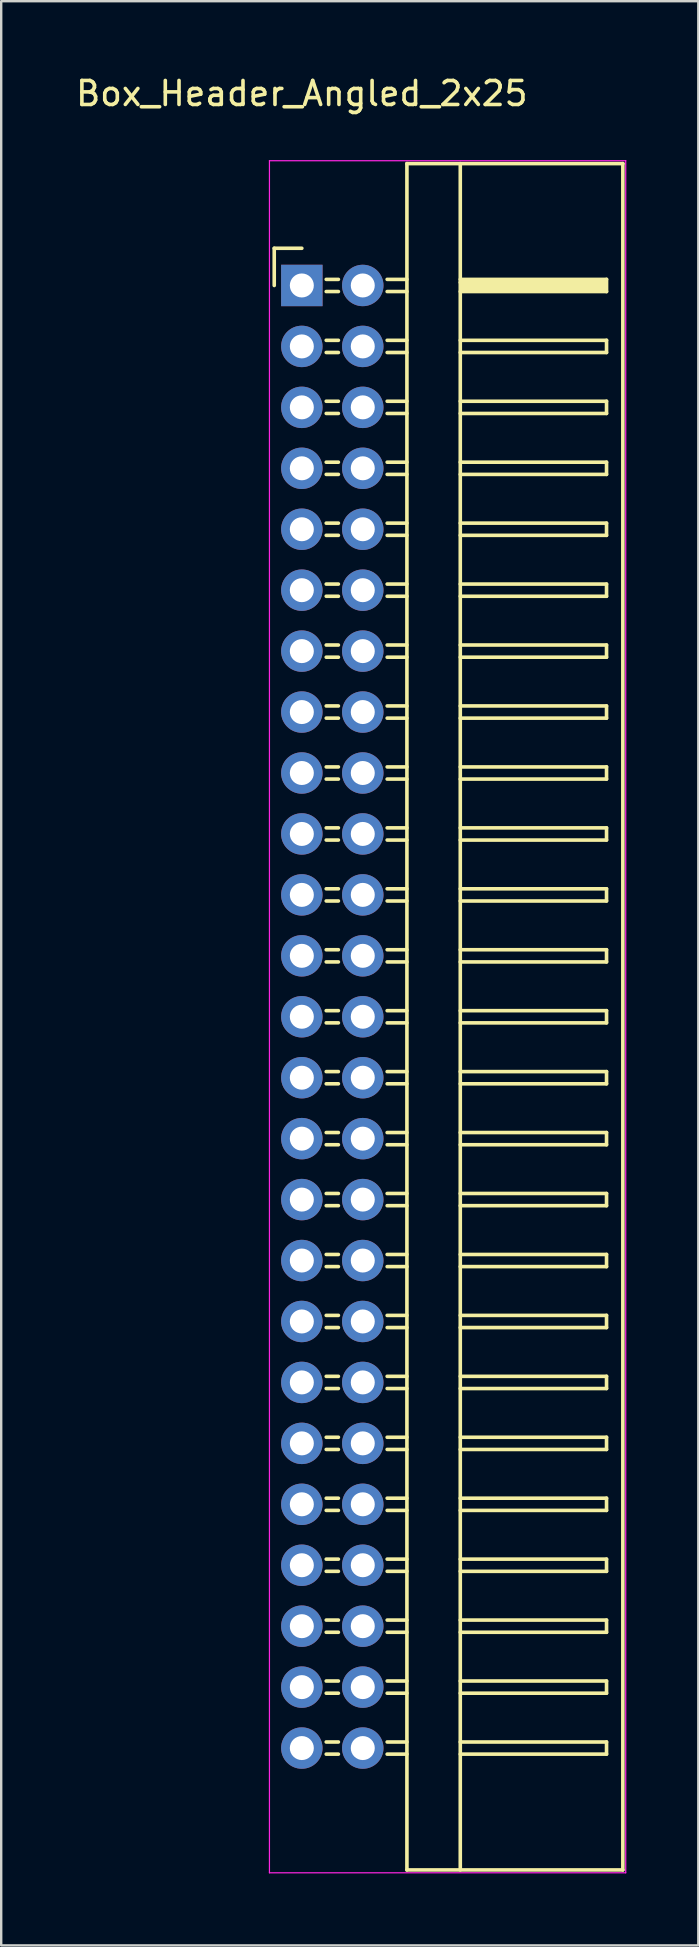
<source format=kicad_pcb>
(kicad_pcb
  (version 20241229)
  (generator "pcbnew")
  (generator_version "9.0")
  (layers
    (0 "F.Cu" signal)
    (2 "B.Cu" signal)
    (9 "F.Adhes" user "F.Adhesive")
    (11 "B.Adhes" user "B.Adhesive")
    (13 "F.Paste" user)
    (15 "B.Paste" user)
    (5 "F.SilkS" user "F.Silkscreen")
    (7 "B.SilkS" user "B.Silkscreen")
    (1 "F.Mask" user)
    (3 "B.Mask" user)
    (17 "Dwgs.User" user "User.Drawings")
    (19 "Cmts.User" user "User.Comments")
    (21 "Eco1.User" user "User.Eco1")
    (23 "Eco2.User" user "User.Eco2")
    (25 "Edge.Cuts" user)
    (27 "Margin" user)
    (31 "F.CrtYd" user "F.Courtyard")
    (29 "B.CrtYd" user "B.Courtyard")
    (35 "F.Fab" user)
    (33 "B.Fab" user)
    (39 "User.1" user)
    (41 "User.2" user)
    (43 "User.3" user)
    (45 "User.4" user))
  (footprint "Box_Header_Angled_2x25"
    (layer "F.Cu")
    (at 9.53 8.848)
    (property "Reference" "Box_Header_Angled_2x25" (at 0 -8 0) (layer "F.SilkS") (effects (font (size 1 1) (thickness 0.15))))
    (attr through_hole)
    (fp_line (start -1.15 -1.55) (end -1.15 0) (stroke (width 0.15) (type solid)) (layer "F.SilkS"))
    (fp_line (start 0 -1.55) (end -1.15 -1.55) (stroke (width 0.15) (type solid)) (layer "F.SilkS"))
    (fp_line (start 1.524 -0.254) (end 1.016 -0.254) (stroke (width 0.15) (type solid)) (layer "F.SilkS"))
    (fp_line (start 1.524 0.254) (end 1.016 0.254) (stroke (width 0.15) (type solid)) (layer "F.SilkS"))
    (fp_line (start 1.524 2.286) (end 1.016 2.286) (stroke (width 0.15) (type solid)) (layer "F.SilkS"))
    (fp_line (start 1.524 2.794) (end 1.016 2.794) (stroke (width 0.15) (type solid)) (layer "F.SilkS"))
    (fp_line (start 1.524 4.826) (end 1.016 4.826) (stroke (width 0.15) (type solid)) (layer "F.SilkS"))
    (fp_line (start 1.524 5.334) (end 1.016 5.334) (stroke (width 0.15) (type solid)) (layer "F.SilkS"))
    (fp_line (start 1.524 7.366) (end 1.016 7.366) (stroke (width 0.15) (type solid)) (layer "F.SilkS"))
    (fp_line (start 1.524 7.874) (end 1.016 7.874) (stroke (width 0.15) (type solid)) (layer "F.SilkS"))
    (fp_line (start 1.524 9.906) (end 1.016 9.906) (stroke (width 0.15) (type solid)) (layer "F.SilkS"))
    (fp_line (start 1.524 10.414) (end 1.016 10.414) (stroke (width 0.15) (type solid)) (layer "F.SilkS"))
    (fp_line (start 1.524 12.446) (end 1.016 12.446) (stroke (width 0.15) (type solid)) (layer "F.SilkS"))
    (fp_line (start 1.524 12.954) (end 1.016 12.954) (stroke (width 0.15) (type solid)) (layer "F.SilkS"))
    (fp_line (start 1.524 14.986) (end 1.016 14.986) (stroke (width 0.15) (type solid)) (layer "F.SilkS"))
    (fp_line (start 1.524 15.494) (end 1.016 15.494) (stroke (width 0.15) (type solid)) (layer "F.SilkS"))
    (fp_line (start 1.524 17.526) (end 1.016 17.526) (stroke (width 0.15) (type solid)) (layer "F.SilkS"))
    (fp_line (start 1.524 18.034) (end 1.016 18.034) (stroke (width 0.15) (type solid)) (layer "F.SilkS"))
    (fp_line (start 1.524 20.066) (end 1.016 20.066) (stroke (width 0.15) (type solid)) (layer "F.SilkS"))
    (fp_line (start 1.524 20.574) (end 1.016 20.574) (stroke (width 0.15) (type solid)) (layer "F.SilkS"))
    (fp_line (start 1.524 22.606) (end 1.016 22.606) (stroke (width 0.15) (type solid)) (layer "F.SilkS"))
    (fp_line (start 1.524 23.114) (end 1.016 23.114) (stroke (width 0.15) (type solid)) (layer "F.SilkS"))
    (fp_line (start 1.524 25.146) (end 1.016 25.146) (stroke (width 0.15) (type solid)) (layer "F.SilkS"))
    (fp_line (start 1.524 25.654) (end 1.016 25.654) (stroke (width 0.15) (type solid)) (layer "F.SilkS"))
    (fp_line (start 1.524 27.686) (end 1.016 27.686) (stroke (width 0.15) (type solid)) (layer "F.SilkS"))
    (fp_line (start 1.524 28.194) (end 1.016 28.194) (stroke (width 0.15) (type solid)) (layer "F.SilkS"))
    (fp_line (start 1.524 30.226) (end 1.016 30.226) (stroke (width 0.15) (type solid)) (layer "F.SilkS"))
    (fp_line (start 1.524 30.734) (end 1.016 30.734) (stroke (width 0.15) (type solid)) (layer "F.SilkS"))
    (fp_line (start 1.524 32.766) (end 1.016 32.766) (stroke (width 0.15) (type solid)) (layer "F.SilkS"))
    (fp_line (start 1.524 33.274) (end 1.016 33.274) (stroke (width 0.15) (type solid)) (layer "F.SilkS"))
    (fp_line (start 1.524 35.306) (end 1.016 35.306) (stroke (width 0.15) (type solid)) (layer "F.SilkS"))
    (fp_line (start 1.524 35.814) (end 1.016 35.814) (stroke (width 0.15) (type solid)) (layer "F.SilkS"))
    (fp_line (start 1.524 37.846) (end 1.016 37.846) (stroke (width 0.15) (type solid)) (layer "F.SilkS"))
    (fp_line (start 1.524 38.354) (end 1.016 38.354) (stroke (width 0.15) (type solid)) (layer "F.SilkS"))
    (fp_line (start 1.524 40.386) (end 1.016 40.386) (stroke (width 0.15) (type solid)) (layer "F.SilkS"))
    (fp_line (start 1.524 40.894) (end 1.016 40.894) (stroke (width 0.15) (type solid)) (layer "F.SilkS"))
    (fp_line (start 1.524 42.926) (end 1.016 42.926) (stroke (width 0.15) (type solid)) (layer "F.SilkS"))
    (fp_line (start 1.524 43.434) (end 1.016 43.434) (stroke (width 0.15) (type solid)) (layer "F.SilkS"))
    (fp_line (start 1.524 45.466) (end 1.016 45.466) (stroke (width 0.15) (type solid)) (layer "F.SilkS"))
    (fp_line (start 1.524 45.974) (end 1.016 45.974) (stroke (width 0.15) (type solid)) (layer "F.SilkS"))
    (fp_line (start 1.524 48.006) (end 1.016 48.006) (stroke (width 0.15) (type solid)) (layer "F.SilkS"))
    (fp_line (start 1.524 48.514) (end 1.016 48.514) (stroke (width 0.15) (type solid)) (layer "F.SilkS"))
    (fp_line (start 1.524 50.546) (end 1.016 50.546) (stroke (width 0.15) (type solid)) (layer "F.SilkS"))
    (fp_line (start 1.524 51.054) (end 1.016 51.054) (stroke (width 0.15) (type solid)) (layer "F.SilkS"))
    (fp_line (start 1.524 53.086) (end 1.016 53.086) (stroke (width 0.15) (type solid)) (layer "F.SilkS"))
    (fp_line (start 1.524 53.594) (end 1.016 53.594) (stroke (width 0.15) (type solid)) (layer "F.SilkS"))
    (fp_line (start 1.524 55.626) (end 1.016 55.626) (stroke (width 0.15) (type solid)) (layer "F.SilkS"))
    (fp_line (start 1.524 56.134) (end 1.016 56.134) (stroke (width 0.15) (type solid)) (layer "F.SilkS"))
    (fp_line (start 1.524 58.166) (end 1.016 58.166) (stroke (width 0.15) (type solid)) (layer "F.SilkS"))
    (fp_line (start 1.524 58.674) (end 1.016 58.674) (stroke (width 0.15) (type solid)) (layer "F.SilkS"))
    (fp_line (start 1.524 60.706) (end 1.016 60.706) (stroke (width 0.15) (type solid)) (layer "F.SilkS"))
    (fp_line (start 1.524 61.214) (end 1.016 61.214) (stroke (width 0.15) (type solid)) (layer "F.SilkS"))
    (fp_line (start 4.38 -5.08) (end 4.38 66.04) (stroke (width 0.15) (type solid)) (layer "F.SilkS"))
    (fp_line (start 4.38 -5.08) (end 13.38 -5.08) (stroke (width 0.15) (type solid)) (layer "F.SilkS"))
    (fp_line (start 4.38 -0.254) (end 3.556 -0.254) (stroke (width 0.15) (type solid)) (layer "F.SilkS"))
    (fp_line (start 4.38 0.254) (end 3.556 0.254) (stroke (width 0.15) (type solid)) (layer "F.SilkS"))
    (fp_line (start 4.38 2.286) (end 3.556 2.286) (stroke (width 0.15) (type solid)) (layer "F.SilkS"))
    (fp_line (start 4.38 2.794) (end 3.556 2.794) (stroke (width 0.15) (type solid)) (layer "F.SilkS"))
    (fp_line (start 4.38 4.826) (end 3.556 4.826) (stroke (width 0.15) (type solid)) (layer "F.SilkS"))
    (fp_line (start 4.38 5.334) (end 3.556 5.334) (stroke (width 0.15) (type solid)) (layer "F.SilkS"))
    (fp_line (start 4.38 7.366) (end 3.556 7.366) (stroke (width 0.15) (type solid)) (layer "F.SilkS"))
    (fp_line (start 4.38 7.874) (end 3.556 7.874) (stroke (width 0.15) (type solid)) (layer "F.SilkS"))
    (fp_line (start 4.38 9.906) (end 3.556 9.906) (stroke (width 0.15) (type solid)) (layer "F.SilkS"))
    (fp_line (start 4.38 10.414) (end 3.556 10.414) (stroke (width 0.15) (type solid)) (layer "F.SilkS"))
    (fp_line (start 4.38 12.446) (end 3.556 12.446) (stroke (width 0.15) (type solid)) (layer "F.SilkS"))
    (fp_line (start 4.38 12.954) (end 3.556 12.954) (stroke (width 0.15) (type solid)) (layer "F.SilkS"))
    (fp_line (start 4.38 14.986) (end 3.556 14.986) (stroke (width 0.15) (type solid)) (layer "F.SilkS"))
    (fp_line (start 4.38 15.494) (end 3.556 15.494) (stroke (width 0.15) (type solid)) (layer "F.SilkS"))
    (fp_line (start 4.38 17.526) (end 3.556 17.526) (stroke (width 0.15) (type solid)) (layer "F.SilkS"))
    (fp_line (start 4.38 18.034) (end 3.556 18.034) (stroke (width 0.15) (type solid)) (layer "F.SilkS"))
    (fp_line (start 4.38 20.066) (end 3.556 20.066) (stroke (width 0.15) (type solid)) (layer "F.SilkS"))
    (fp_line (start 4.38 20.574) (end 3.556 20.574) (stroke (width 0.15) (type solid)) (layer "F.SilkS"))
    (fp_line (start 4.38 22.606) (end 3.556 22.606) (stroke (width 0.15) (type solid)) (layer "F.SilkS"))
    (fp_line (start 4.38 23.114) (end 3.556 23.114) (stroke (width 0.15) (type solid)) (layer "F.SilkS"))
    (fp_line (start 4.38 25.146) (end 3.556 25.146) (stroke (width 0.15) (type solid)) (layer "F.SilkS"))
    (fp_line (start 4.38 25.654) (end 3.556 25.654) (stroke (width 0.15) (type solid)) (layer "F.SilkS"))
    (fp_line (start 4.38 27.686) (end 3.556 27.686) (stroke (width 0.15) (type solid)) (layer "F.SilkS"))
    (fp_line (start 4.38 28.194) (end 3.556 28.194) (stroke (width 0.15) (type solid)) (layer "F.SilkS"))
    (fp_line (start 4.38 30.226) (end 3.556 30.226) (stroke (width 0.15) (type solid)) (layer "F.SilkS"))
    (fp_line (start 4.38 30.734) (end 3.556 30.734) (stroke (width 0.15) (type solid)) (layer "F.SilkS"))
    (fp_line (start 4.38 32.766) (end 3.556 32.766) (stroke (width 0.15) (type solid)) (layer "F.SilkS"))
    (fp_line (start 4.38 33.274) (end 3.556 33.274) (stroke (width 0.15) (type solid)) (layer "F.SilkS"))
    (fp_line (start 4.38 35.306) (end 3.556 35.306) (stroke (width 0.15) (type solid)) (layer "F.SilkS"))
    (fp_line (start 4.38 35.814) (end 3.556 35.814) (stroke (width 0.15) (type solid)) (layer "F.SilkS"))
    (fp_line (start 4.38 37.846) (end 3.556 37.846) (stroke (width 0.15) (type solid)) (layer "F.SilkS"))
    (fp_line (start 4.38 38.354) (end 3.556 38.354) (stroke (width 0.15) (type solid)) (layer "F.SilkS"))
    (fp_line (start 4.38 40.386) (end 3.556 40.386) (stroke (width 0.15) (type solid)) (layer "F.SilkS"))
    (fp_line (start 4.38 40.894) (end 3.556 40.894) (stroke (width 0.15) (type solid)) (layer "F.SilkS"))
    (fp_line (start 4.38 42.926) (end 3.556 42.926) (stroke (width 0.15) (type solid)) (layer "F.SilkS"))
    (fp_line (start 4.38 43.434) (end 3.556 43.434) (stroke (width 0.15) (type solid)) (layer "F.SilkS"))
    (fp_line (start 4.38 45.466) (end 3.556 45.466) (stroke (width 0.15) (type solid)) (layer "F.SilkS"))
    (fp_line (start 4.38 45.974) (end 3.556 45.974) (stroke (width 0.15) (type solid)) (layer "F.SilkS"))
    (fp_line (start 4.38 48.006) (end 3.556 48.006) (stroke (width 0.15) (type solid)) (layer "F.SilkS"))
    (fp_line (start 4.38 48.514) (end 3.556 48.514) (stroke (width 0.15) (type solid)) (layer "F.SilkS"))
    (fp_line (start 4.38 50.546) (end 3.556 50.546) (stroke (width 0.15) (type solid)) (layer "F.SilkS"))
    (fp_line (start 4.38 51.054) (end 3.556 51.054) (stroke (width 0.15) (type solid)) (layer "F.SilkS"))
    (fp_line (start 4.38 53.086) (end 3.556 53.086) (stroke (width 0.15) (type solid)) (layer "F.SilkS"))
    (fp_line (start 4.38 53.594) (end 3.556 53.594) (stroke (width 0.15) (type solid)) (layer "F.SilkS"))
    (fp_line (start 4.38 55.626) (end 3.556 55.626) (stroke (width 0.15) (type solid)) (layer "F.SilkS"))
    (fp_line (start 4.38 56.134) (end 3.556 56.134) (stroke (width 0.15) (type solid)) (layer "F.SilkS"))
    (fp_line (start 4.38 58.166) (end 3.556 58.166) (stroke (width 0.15) (type solid)) (layer "F.SilkS"))
    (fp_line (start 4.38 58.674) (end 3.556 58.674) (stroke (width 0.15) (type solid)) (layer "F.SilkS"))
    (fp_line (start 4.38 60.706) (end 3.556 60.706) (stroke (width 0.15) (type solid)) (layer "F.SilkS"))
    (fp_line (start 4.38 61.214) (end 3.556 61.214) (stroke (width 0.15) (type solid)) (layer "F.SilkS"))
    (fp_line (start 4.38 66.04) (end 13.38 66.04) (stroke (width 0.15) (type solid)) (layer "F.SilkS"))
    (fp_line (start 6.604 -5.08) (end 6.604 66.04) (stroke (width 0.15) (type solid)) (layer "F.SilkS"))
    (fp_line (start 6.604 -0.254) (end 12.7 -0.254) (stroke (width 0.15) (type solid)) (layer "F.SilkS"))
    (fp_line (start 6.604 -0.127) (end 12.573 -0.127) (stroke (width 0.15) (type solid)) (layer "F.SilkS"))
    (fp_line (start 6.604 2.286) (end 12.7 2.286) (stroke (width 0.15) (type solid)) (layer "F.SilkS"))
    (fp_line (start 6.604 4.826) (end 12.7 4.826) (stroke (width 0.15) (type solid)) (layer "F.SilkS"))
    (fp_line (start 6.604 7.366) (end 12.7 7.366) (stroke (width 0.15) (type solid)) (layer "F.SilkS"))
    (fp_line (start 6.604 9.906) (end 12.7 9.906) (stroke (width 0.15) (type solid)) (layer "F.SilkS"))
    (fp_line (start 6.604 12.446) (end 12.7 12.446) (stroke (width 0.15) (type solid)) (layer "F.SilkS"))
    (fp_line (start 6.604 14.986) (end 12.7 14.986) (stroke (width 0.15) (type solid)) (layer "F.SilkS"))
    (fp_line (start 6.604 17.526) (end 12.7 17.526) (stroke (width 0.15) (type solid)) (layer "F.SilkS"))
    (fp_line (start 6.604 20.066) (end 12.7 20.066) (stroke (width 0.15) (type solid)) (layer "F.SilkS"))
    (fp_line (start 6.604 22.606) (end 12.7 22.606) (stroke (width 0.15) (type solid)) (layer "F.SilkS"))
    (fp_line (start 6.604 25.146) (end 12.7 25.146) (stroke (width 0.15) (type solid)) (layer "F.SilkS"))
    (fp_line (start 6.604 27.686) (end 12.7 27.686) (stroke (width 0.15) (type solid)) (layer "F.SilkS"))
    (fp_line (start 6.604 30.226) (end 12.7 30.226) (stroke (width 0.15) (type solid)) (layer "F.SilkS"))
    (fp_line (start 6.604 32.766) (end 12.7 32.766) (stroke (width 0.15) (type solid)) (layer "F.SilkS"))
    (fp_line (start 6.604 35.306) (end 12.7 35.306) (stroke (width 0.15) (type solid)) (layer "F.SilkS"))
    (fp_line (start 6.604 37.846) (end 12.7 37.846) (stroke (width 0.15) (type solid)) (layer "F.SilkS"))
    (fp_line (start 6.604 40.386) (end 12.7 40.386) (stroke (width 0.15) (type solid)) (layer "F.SilkS"))
    (fp_line (start 6.604 42.926) (end 12.7 42.926) (stroke (width 0.15) (type solid)) (layer "F.SilkS"))
    (fp_line (start 6.604 45.466) (end 12.7 45.466) (stroke (width 0.15) (type solid)) (layer "F.SilkS"))
    (fp_line (start 6.604 48.006) (end 12.7 48.006) (stroke (width 0.15) (type solid)) (layer "F.SilkS"))
    (fp_line (start 6.604 50.546) (end 12.7 50.546) (stroke (width 0.15) (type solid)) (layer "F.SilkS"))
    (fp_line (start 6.604 53.086) (end 12.7 53.086) (stroke (width 0.15) (type solid)) (layer "F.SilkS"))
    (fp_line (start 6.604 55.626) (end 12.7 55.626) (stroke (width 0.15) (type solid)) (layer "F.SilkS"))
    (fp_line (start 6.604 58.166) (end 12.7 58.166) (stroke (width 0.15) (type solid)) (layer "F.SilkS"))
    (fp_line (start 6.604 60.706) (end 12.7 60.706) (stroke (width 0.15) (type solid)) (layer "F.SilkS"))
    (fp_line (start 6.731 0) (end 12.573 0) (stroke (width 0.15) (type solid)) (layer "F.SilkS"))
    (fp_line (start 6.731 0.127) (end 6.731 0) (stroke (width 0.15) (type solid)) (layer "F.SilkS"))
    (fp_line (start 12.573 -0.127) (end 12.573 0.127) (stroke (width 0.15) (type solid)) (layer "F.SilkS"))
    (fp_line (start 12.573 0.127) (end 6.731 0.127) (stroke (width 0.15) (type solid)) (layer "F.SilkS"))
    (fp_line (start 12.7 -0.254) (end 12.7 0.254) (stroke (width 0.15) (type solid)) (layer "F.SilkS"))
    (fp_line (start 12.7 0.254) (end 6.604 0.254) (stroke (width 0.15) (type solid)) (layer "F.SilkS"))
    (fp_line (start 12.7 2.286) (end 12.7 2.794) (stroke (width 0.15) (type solid)) (layer "F.SilkS"))
    (fp_line (start 12.7 2.794) (end 6.604 2.794) (stroke (width 0.15) (type solid)) (layer "F.SilkS"))
    (fp_line (start 12.7 4.826) (end 12.7 5.334) (stroke (width 0.15) (type solid)) (layer "F.SilkS"))
    (fp_line (start 12.7 5.334) (end 6.604 5.334) (stroke (width 0.15) (type solid)) (layer "F.SilkS"))
    (fp_line (start 12.7 7.366) (end 12.7 7.874) (stroke (width 0.15) (type solid)) (layer "F.SilkS"))
    (fp_line (start 12.7 7.874) (end 6.604 7.874) (stroke (width 0.15) (type solid)) (layer "F.SilkS"))
    (fp_line (start 12.7 9.906) (end 12.7 10.414) (stroke (width 0.15) (type solid)) (layer "F.SilkS"))
    (fp_line (start 12.7 10.414) (end 6.604 10.414) (stroke (width 0.15) (type solid)) (layer "F.SilkS"))
    (fp_line (start 12.7 12.446) (end 12.7 12.954) (stroke (width 0.15) (type solid)) (layer "F.SilkS"))
    (fp_line (start 12.7 12.954) (end 6.604 12.954) (stroke (width 0.15) (type solid)) (layer "F.SilkS"))
    (fp_line (start 12.7 14.986) (end 12.7 15.494) (stroke (width 0.15) (type solid)) (layer "F.SilkS"))
    (fp_line (start 12.7 15.494) (end 6.604 15.494) (stroke (width 0.15) (type solid)) (layer "F.SilkS"))
    (fp_line (start 12.7 17.526) (end 12.7 18.034) (stroke (width 0.15) (type solid)) (layer "F.SilkS"))
    (fp_line (start 12.7 18.034) (end 6.604 18.034) (stroke (width 0.15) (type solid)) (layer "F.SilkS"))
    (fp_line (start 12.7 20.066) (end 12.7 20.574) (stroke (width 0.15) (type solid)) (layer "F.SilkS"))
    (fp_line (start 12.7 20.574) (end 6.604 20.574) (stroke (width 0.15) (type solid)) (layer "F.SilkS"))
    (fp_line (start 12.7 22.606) (end 12.7 23.114) (stroke (width 0.15) (type solid)) (layer "F.SilkS"))
    (fp_line (start 12.7 23.114) (end 6.604 23.114) (stroke (width 0.15) (type solid)) (layer "F.SilkS"))
    (fp_line (start 12.7 25.146) (end 12.7 25.654) (stroke (width 0.15) (type solid)) (layer "F.SilkS"))
    (fp_line (start 12.7 25.654) (end 6.604 25.654) (stroke (width 0.15) (type solid)) (layer "F.SilkS"))
    (fp_line (start 12.7 27.686) (end 12.7 28.194) (stroke (width 0.15) (type solid)) (layer "F.SilkS"))
    (fp_line (start 12.7 28.194) (end 6.604 28.194) (stroke (width 0.15) (type solid)) (layer "F.SilkS"))
    (fp_line (start 12.7 30.226) (end 12.7 30.734) (stroke (width 0.15) (type solid)) (layer "F.SilkS"))
    (fp_line (start 12.7 30.734) (end 6.604 30.734) (stroke (width 0.15) (type solid)) (layer "F.SilkS"))
    (fp_line (start 12.7 32.766) (end 12.7 33.274) (stroke (width 0.15) (type solid)) (layer "F.SilkS"))
    (fp_line (start 12.7 33.274) (end 6.604 33.274) (stroke (width 0.15) (type solid)) (layer "F.SilkS"))
    (fp_line (start 12.7 35.306) (end 12.7 35.814) (stroke (width 0.15) (type solid)) (layer "F.SilkS"))
    (fp_line (start 12.7 35.814) (end 6.604 35.814) (stroke (width 0.15) (type solid)) (layer "F.SilkS"))
    (fp_line (start 12.7 37.846) (end 12.7 38.354) (stroke (width 0.15) (type solid)) (layer "F.SilkS"))
    (fp_line (start 12.7 38.354) (end 6.604 38.354) (stroke (width 0.15) (type solid)) (layer "F.SilkS"))
    (fp_line (start 12.7 40.386) (end 12.7 40.894) (stroke (width 0.15) (type solid)) (layer "F.SilkS"))
    (fp_line (start 12.7 40.894) (end 6.604 40.894) (stroke (width 0.15) (type solid)) (layer "F.SilkS"))
    (fp_line (start 12.7 42.926) (end 12.7 43.434) (stroke (width 0.15) (type solid)) (layer "F.SilkS"))
    (fp_line (start 12.7 43.434) (end 6.604 43.434) (stroke (width 0.15) (type solid)) (layer "F.SilkS"))
    (fp_line (start 12.7 45.466) (end 12.7 45.974) (stroke (width 0.15) (type solid)) (layer "F.SilkS"))
    (fp_line (start 12.7 45.974) (end 6.604 45.974) (stroke (width 0.15) (type solid)) (layer "F.SilkS"))
    (fp_line (start 12.7 48.006) (end 12.7 48.514) (stroke (width 0.15) (type solid)) (layer "F.SilkS"))
    (fp_line (start 12.7 48.514) (end 6.604 48.514) (stroke (width 0.15) (type solid)) (layer "F.SilkS"))
    (fp_line (start 12.7 50.546) (end 12.7 51.054) (stroke (width 0.15) (type solid)) (layer "F.SilkS"))
    (fp_line (start 12.7 51.054) (end 6.604 51.054) (stroke (width 0.15) (type solid)) (layer "F.SilkS"))
    (fp_line (start 12.7 53.086) (end 12.7 53.594) (stroke (width 0.15) (type solid)) (layer "F.SilkS"))
    (fp_line (start 12.7 53.594) (end 6.604 53.594) (stroke (width 0.15) (type solid)) (layer "F.SilkS"))
    (fp_line (start 12.7 55.626) (end 12.7 56.134) (stroke (width 0.15) (type solid)) (layer "F.SilkS"))
    (fp_line (start 12.7 56.134) (end 6.604 56.134) (stroke (width 0.15) (type solid)) (layer "F.SilkS"))
    (fp_line (start 12.7 58.166) (end 12.7 58.674) (stroke (width 0.15) (type solid)) (layer "F.SilkS"))
    (fp_line (start 12.7 58.674) (end 6.604 58.674) (stroke (width 0.15) (type solid)) (layer "F.SilkS"))
    (fp_line (start 12.7 60.706) (end 12.7 61.214) (stroke (width 0.15) (type solid)) (layer "F.SilkS"))
    (fp_line (start 12.7 61.214) (end 6.604 61.214) (stroke (width 0.15) (type solid)) (layer "F.SilkS"))
    (fp_line (start 13.38 -5.08) (end 13.38 66.04) (stroke (width 0.15) (type solid)) (layer "F.SilkS"))
    (fp_line (start -1.35 -5.2) (end -1.35 66.16) (stroke (width 0.05) (type solid)) (layer "F.CrtYd"))
    (fp_line (start -1.35 -5.2) (end 13.5 -5.2) (stroke (width 0.05) (type solid)) (layer "F.CrtYd"))
    (fp_line (start -1.35 66.16) (end 13.5 66.16) (stroke (width 0.05) (type solid)) (layer "F.CrtYd"))
    (fp_line (start 13.5 -5.2) (end 13.5 66.16) (stroke (width 0.05) (type solid)) (layer "F.CrtYd"))
    (pad "1" thru_hole rect (at 0 0) (size 1.727 1.727) (drill 1) (layers "*.Cu" "*.Mask"))
    (pad "2" thru_hole oval (at 2.54 0) (size 1.727 1.727) (drill 1) (layers "*.Cu" "*.Mask"))
    (pad "3" thru_hole oval (at 0 2.54) (size 1.727 1.727) (drill 1) (layers "*.Cu" "*.Mask"))
    (pad "4" thru_hole oval (at 2.54 2.54) (size 1.727 1.727) (drill 1) (layers "*.Cu" "*.Mask"))
    (pad "5" thru_hole oval (at 0 5.08) (size 1.727 1.727) (drill 1) (layers "*.Cu" "*.Mask"))
    (pad "6" thru_hole oval (at 2.54 5.08) (size 1.727 1.727) (drill 1) (layers "*.Cu" "*.Mask"))
    (pad "7" thru_hole oval (at 0 7.62) (size 1.727 1.727) (drill 1) (layers "*.Cu" "*.Mask"))
    (pad "8" thru_hole oval (at 2.54 7.62) (size 1.727 1.727) (drill 1) (layers "*.Cu" "*.Mask"))
    (pad "9" thru_hole oval (at 0 10.16) (size 1.727 1.727) (drill 1) (layers "*.Cu" "*.Mask"))
    (pad "10" thru_hole oval (at 2.54 10.16) (size 1.727 1.727) (drill 1) (layers "*.Cu" "*.Mask"))
    (pad "11" thru_hole oval (at 0 12.7) (size 1.727 1.727) (drill 1) (layers "*.Cu" "*.Mask"))
    (pad "12" thru_hole oval (at 2.54 12.7) (size 1.727 1.727) (drill 1) (layers "*.Cu" "*.Mask"))
    (pad "13" thru_hole oval (at 0 15.24) (size 1.727 1.727) (drill 1) (layers "*.Cu" "*.Mask"))
    (pad "14" thru_hole oval (at 2.54 15.24) (size 1.727 1.727) (drill 1) (layers "*.Cu" "*.Mask"))
    (pad "15" thru_hole oval (at 0 17.78) (size 1.727 1.727) (drill 1) (layers "*.Cu" "*.Mask"))
    (pad "16" thru_hole oval (at 2.54 17.78) (size 1.727 1.727) (drill 1) (layers "*.Cu" "*.Mask"))
    (pad "17" thru_hole oval (at 0 20.32) (size 1.727 1.727) (drill 1) (layers "*.Cu" "*.Mask"))
    (pad "18" thru_hole oval (at 2.54 20.32) (size 1.727 1.727) (drill 1) (layers "*.Cu" "*.Mask"))
    (pad "19" thru_hole oval (at 0 22.86) (size 1.727 1.727) (drill 1) (layers "*.Cu" "*.Mask"))
    (pad "20" thru_hole oval (at 2.54 22.86) (size 1.727 1.727) (drill 1) (layers "*.Cu" "*.Mask"))
    (pad "21" thru_hole oval (at 0 25.4) (size 1.727 1.727) (drill 1) (layers "*.Cu" "*.Mask"))
    (pad "22" thru_hole oval (at 2.54 25.4) (size 1.727 1.727) (drill 1) (layers "*.Cu" "*.Mask"))
    (pad "23" thru_hole oval (at 0 27.94) (size 1.727 1.727) (drill 1) (layers "*.Cu" "*.Mask"))
    (pad "24" thru_hole oval (at 2.54 27.94) (size 1.727 1.727) (drill 1) (layers "*.Cu" "*.Mask"))
    (pad "25" thru_hole oval (at 0 30.48) (size 1.727 1.727) (drill 1) (layers "*.Cu" "*.Mask"))
    (pad "26" thru_hole oval (at 2.54 30.48) (size 1.727 1.727) (drill 1) (layers "*.Cu" "*.Mask"))
    (pad "27" thru_hole oval (at 0 33.02) (size 1.727 1.727) (drill 1) (layers "*.Cu" "*.Mask"))
    (pad "28" thru_hole oval (at 2.54 33.02) (size 1.727 1.727) (drill 1) (layers "*.Cu" "*.Mask"))
    (pad "29" thru_hole oval (at 0 35.56) (size 1.727 1.727) (drill 1) (layers "*.Cu" "*.Mask"))
    (pad "30" thru_hole oval (at 2.54 35.56) (size 1.727 1.727) (drill 1) (layers "*.Cu" "*.Mask"))
    (pad "31" thru_hole oval (at 0 38.1) (size 1.727 1.727) (drill 1) (layers "*.Cu" "*.Mask"))
    (pad "32" thru_hole oval (at 2.54 38.1) (size 1.727 1.727) (drill 1) (layers "*.Cu" "*.Mask"))
    (pad "33" thru_hole oval (at 0 40.64) (size 1.727 1.727) (drill 1) (layers "*.Cu" "*.Mask"))
    (pad "34" thru_hole oval (at 2.54 40.64) (size 1.727 1.727) (drill 1) (layers "*.Cu" "*.Mask"))
    (pad "35" thru_hole oval (at 0 43.18) (size 1.727 1.727) (drill 1) (layers "*.Cu" "*.Mask"))
    (pad "36" thru_hole oval (at 2.54 43.18) (size 1.727 1.727) (drill 1) (layers "*.Cu" "*.Mask"))
    (pad "37" thru_hole oval (at 0 45.72) (size 1.727 1.727) (drill 1) (layers "*.Cu" "*.Mask"))
    (pad "38" thru_hole oval (at 2.54 45.72) (size 1.727 1.727) (drill 1) (layers "*.Cu" "*.Mask"))
    (pad "39" thru_hole oval (at 0 48.26) (size 1.727 1.727) (drill 1) (layers "*.Cu" "*.Mask"))
    (pad "40" thru_hole oval (at 2.54 48.26) (size 1.727 1.727) (drill 1) (layers "*.Cu" "*.Mask"))
    (pad "41" thru_hole oval (at 0 50.8) (size 1.727 1.727) (drill 1) (layers "*.Cu" "*.Mask"))
    (pad "42" thru_hole oval (at 2.54 50.8) (size 1.727 1.727) (drill 1) (layers "*.Cu" "*.Mask"))
    (pad "43" thru_hole oval (at 0 53.34) (size 1.727 1.727) (drill 1) (layers "*.Cu" "*.Mask"))
    (pad "44" thru_hole oval (at 2.54 53.34) (size 1.727 1.727) (drill 1) (layers "*.Cu" "*.Mask"))
    (pad "45" thru_hole oval (at 0 55.88) (size 1.727 1.727) (drill 1) (layers "*.Cu" "*.Mask"))
    (pad "46" thru_hole oval (at 2.54 55.88) (size 1.727 1.727) (drill 1) (layers "*.Cu" "*.Mask"))
    (pad "47" thru_hole oval (at 0 58.42) (size 1.727 1.727) (drill 1) (layers "*.Cu" "*.Mask"))
    (pad "48" thru_hole oval (at 2.54 58.42) (size 1.727 1.727) (drill 1) (layers "*.Cu" "*.Mask"))
    (pad "49" thru_hole oval (at 0 60.96) (size 1.727 1.727) (drill 1) (layers "*.Cu" "*.Mask"))
    (pad "50" thru_hole oval (at 2.54 60.96) (size 1.727 1.727) (drill 1) (layers "*.Cu" "*.Mask")))
  (gr_rect
    (start -3 -3)
    (end 26.055 78.033)
    (stroke (width 0.1) (type default))
    (fill no)
    (layer "Edge.Cuts")))
</source>
